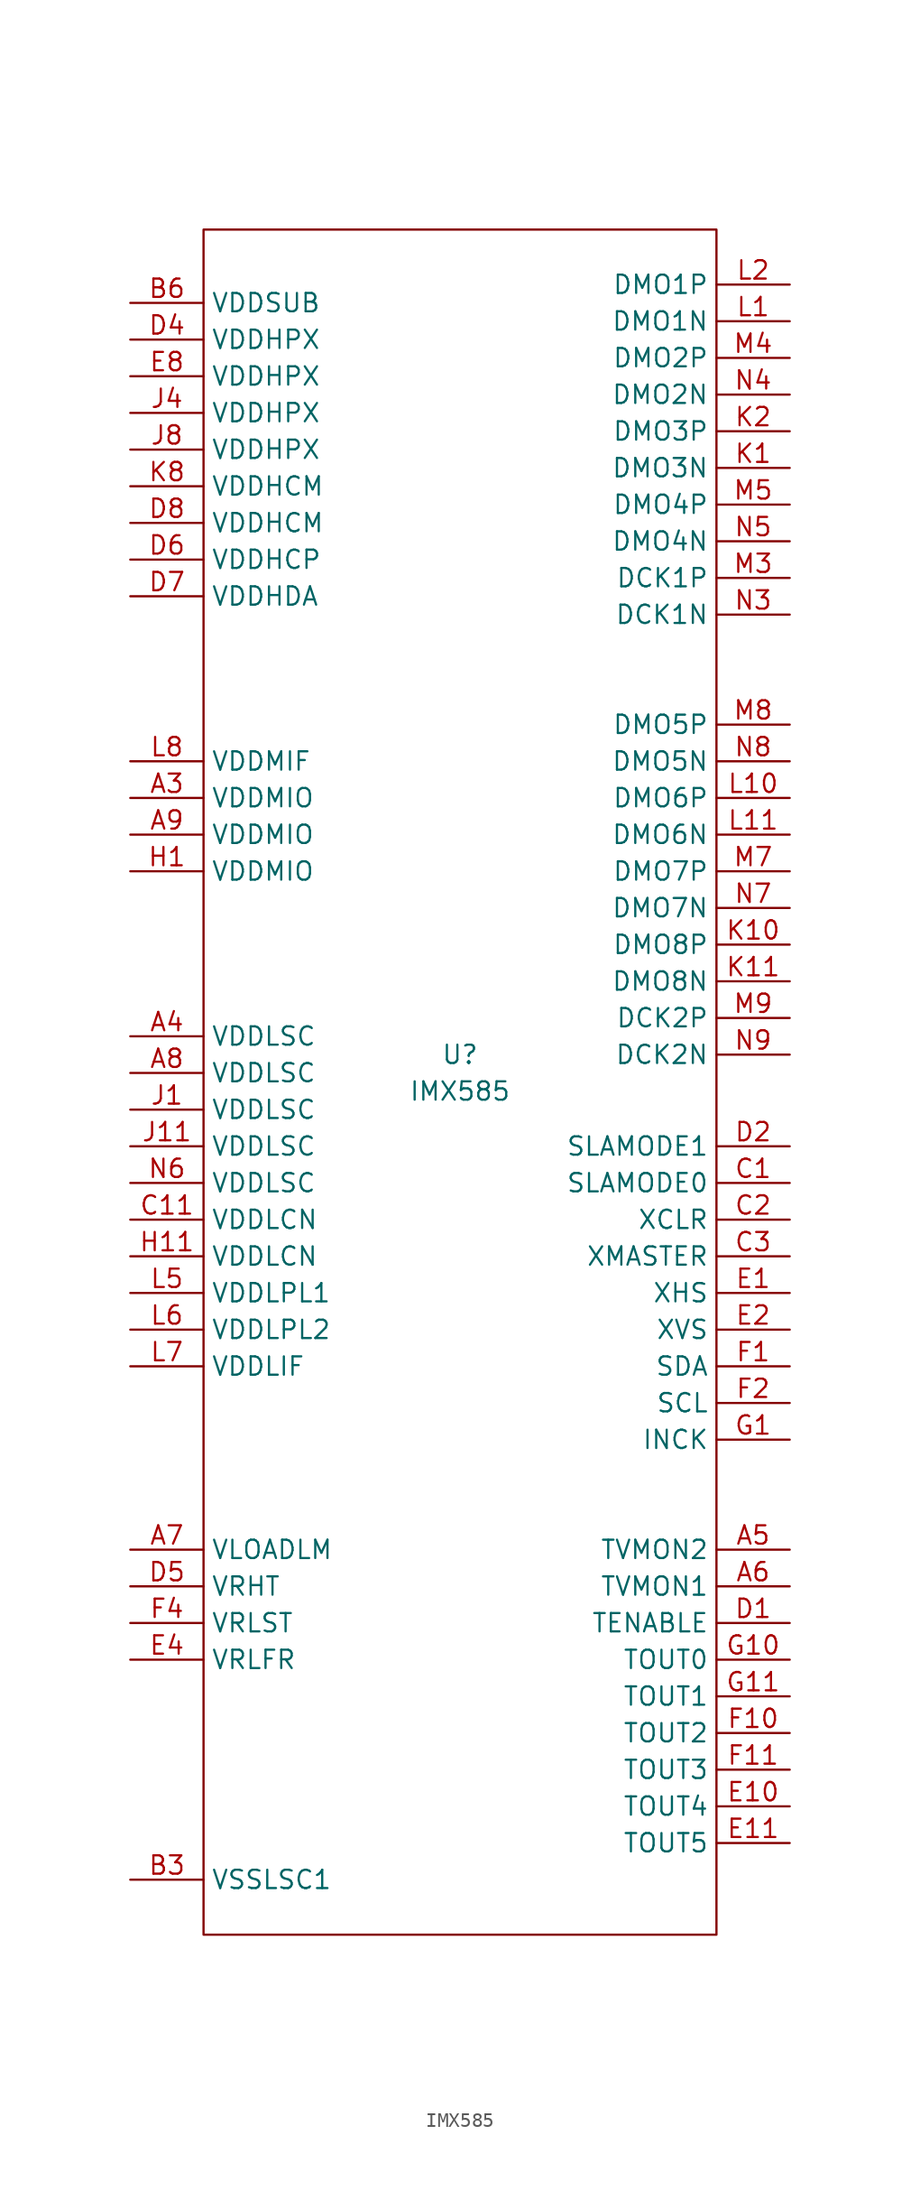
<source format=kicad_sym>
(kicad_symbol_lib
  (version 20211014)
  (generator kicad_symbol_editor)
  (symbol "IMX585"
    (property "Reference" "U"
      (at 0 0 0)
      (effects (font (size 1.27 1.27))))
    (property "Value" "IMX585"
      (at 0 -2.54 0)
      (effects (font (size 1.27 1.27))))
    (symbol "IMX585_0_1"
      (rectangle (start -17.78 57.15) (end 17.78 -60.96) (stroke (width 0.152) (type default) (color 0 0 0 0)) (fill (type none))))
    (symbol "IMX585_1_1"
      (pin input line (at -22.86 17.78 0) (length 5.08) (name "VDDMIO" (effects (font (size 1.27 1.27)))) (number "A3" (effects (font (size 1.27 1.27)))))
      (pin input line (at -22.86 1.27 0) (length 5.08) (name "VDDLSC" (effects (font (size 1.27 1.27)))) (number "A4" (effects (font (size 1.27 1.27)))))
      (pin input line (at 22.86 -34.29 180) (length 5.08) (name "TVMON2" (effects (font (size 1.27 1.27)))) (number "A5" (effects (font (size 1.27 1.27)))))
      (pin input line (at 22.86 -36.83 180) (length 5.08) (name "TVMON1" (effects (font (size 1.27 1.27)))) (number "A6" (effects (font (size 1.27 1.27)))))
      (pin input line (at -22.86 -34.29 0) (length 5.08) (name "VLOADLM" (effects (font (size 1.27 1.27)))) (number "A7" (effects (font (size 1.27 1.27)))))
      (pin input line (at -22.86 -1.27 0) (length 5.08) (name "VDDLSC" (effects (font (size 1.27 1.27)))) (number "A8" (effects (font (size 1.27 1.27)))))
      (pin input line (at -22.86 15.24 0) (length 5.08) (name "VDDMIO" (effects (font (size 1.27 1.27)))) (number "A9" (effects (font (size 1.27 1.27)))))
      (pin input line (at -22.86 -57.15 0) (length 5.08) (name "VSSLSC1" (effects (font (size 1.27 1.27)))) (number "B3" (effects (font (size 1.27 1.27)))))
      (pin input line (at -22.86 -57.15 0) (length 5.08) hide (name "VSSLSC2" (effects (font (size 1.27 1.27)))) (number "B4" (effects (font (size 1.27 1.27)))))
      (pin input line (at -22.86 52.07 0) (length 5.08) (name "VDDSUB" (effects (font (size 1.27 1.27)))) (number "B6" (effects (font (size 1.27 1.27)))))
      (pin input line (at -22.86 -57.15 0) (length 5.08) hide (name "VSSLSC3" (effects (font (size 1.27 1.27)))) (number "B8" (effects (font (size 1.27 1.27)))))
      (pin input line (at 22.86 -8.89 180) (length 5.08) (name "SLAMODE0" (effects (font (size 1.27 1.27)))) (number "C1" (effects (font (size 1.27 1.27)))))
      (pin input line (at -22.86 -57.15 0) (length 5.08) hide (name "VSSLCN8" (effects (font (size 1.27 1.27)))) (number "C10" (effects (font (size 1.27 1.27)))))
      (pin input line (at -22.86 -11.43 0) (length 5.08) (name "VDDLCN" (effects (font (size 1.27 1.27)))) (number "C11" (effects (font (size 1.27 1.27)))))
      (pin input line (at 22.86 -11.43 180) (length 5.08) (name "XCLR" (effects (font (size 1.27 1.27)))) (number "C2" (effects (font (size 1.27 1.27)))))
      (pin input line (at 22.86 -13.97 180) (length 5.08) (name "XMASTER" (effects (font (size 1.27 1.27)))) (number "C3" (effects (font (size 1.27 1.27)))))
      (pin input line (at -22.86 -57.15 0) (length 5.08) hide (name "VSSHPX4" (effects (font (size 1.27 1.27)))) (number "C5" (effects (font (size 1.27 1.27)))))
      (pin input line (at -22.86 -57.15 0) (length 5.08) hide (name "VSSHCP5" (effects (font (size 1.27 1.27)))) (number "C6" (effects (font (size 1.27 1.27)))))
      (pin input line (at -22.86 -57.15 0) (length 5.08) hide (name "VSSHDA6" (effects (font (size 1.27 1.27)))) (number "C7" (effects (font (size 1.27 1.27)))))
      (pin input line (at -22.86 -57.15 0) (length 5.08) hide (name "VSSHPX7" (effects (font (size 1.27 1.27)))) (number "C8" (effects (font (size 1.27 1.27)))))
      (pin input line (at 22.86 -39.37 180) (length 5.08) (name "TENABLE" (effects (font (size 1.27 1.27)))) (number "D1" (effects (font (size 1.27 1.27)))))
      (pin input line (at 22.86 -6.35 180) (length 5.08) (name "SLAMODE1" (effects (font (size 1.27 1.27)))) (number "D2" (effects (font (size 1.27 1.27)))))
      (pin input line (at -22.86 -57.15 0) (length 5.08) hide (name "VSSHPX9" (effects (font (size 1.27 1.27)))) (number "D3" (effects (font (size 1.27 1.27)))))
      (pin input line (at -22.86 49.53 0) (length 5.08) (name "VDDHPX" (effects (font (size 1.27 1.27)))) (number "D4" (effects (font (size 1.27 1.27)))))
      (pin input line (at -22.86 -36.83 0) (length 5.08) (name "VRHT" (effects (font (size 1.27 1.27)))) (number "D5" (effects (font (size 1.27 1.27)))))
      (pin input line (at -22.86 34.29 0) (length 5.08) (name "VDDHCP" (effects (font (size 1.27 1.27)))) (number "D6" (effects (font (size 1.27 1.27)))))
      (pin input line (at -22.86 31.75 0) (length 5.08) (name "VDDHDA" (effects (font (size 1.27 1.27)))) (number "D7" (effects (font (size 1.27 1.27)))))
      (pin input line (at -22.86 36.83 0) (length 5.08) (name "VDDHCM" (effects (font (size 1.27 1.27)))) (number "D8" (effects (font (size 1.27 1.27)))))
      (pin input line (at 22.86 -16.51 180) (length 5.08) (name "XHS" (effects (font (size 1.27 1.27)))) (number "E1" (effects (font (size 1.27 1.27)))))
      (pin input line (at 22.86 -52.07 180) (length 5.08) (name "TOUT4" (effects (font (size 1.27 1.27)))) (number "E10" (effects (font (size 1.27 1.27)))))
      (pin input line (at 22.86 -54.61 180) (length 5.08) (name "TOUT5" (effects (font (size 1.27 1.27)))) (number "E11" (effects (font (size 1.27 1.27)))))
      (pin input line (at 22.86 -19.05 180) (length 5.08) (name "XVS" (effects (font (size 1.27 1.27)))) (number "E2" (effects (font (size 1.27 1.27)))))
      (pin input line (at -22.86 -57.15 0) (length 5.08) hide (name "VSSHPX10" (effects (font (size 1.27 1.27)))) (number "E3" (effects (font (size 1.27 1.27)))))
      (pin input line (at -22.86 -41.91 0) (length 5.08) (name "VRLFR" (effects (font (size 1.27 1.27)))) (number "E4" (effects (font (size 1.27 1.27)))))
      (pin input line (at -22.86 46.99 0) (length 5.08) (name "VDDHPX" (effects (font (size 1.27 1.27)))) (number "E8" (effects (font (size 1.27 1.27)))))
      (pin input line (at 22.86 -21.59 180) (length 5.08) (name "SDA" (effects (font (size 1.27 1.27)))) (number "F1" (effects (font (size 1.27 1.27)))))
      (pin input line (at 22.86 -46.99 180) (length 5.08) (name "TOUT2" (effects (font (size 1.27 1.27)))) (number "F10" (effects (font (size 1.27 1.27)))))
      (pin input line (at 22.86 -49.53 180) (length 5.08) (name "TOUT3" (effects (font (size 1.27 1.27)))) (number "F11" (effects (font (size 1.27 1.27)))))
      (pin input line (at 22.86 -24.13 180) (length 5.08) (name "SCL" (effects (font (size 1.27 1.27)))) (number "F2" (effects (font (size 1.27 1.27)))))
      (pin input line (at -22.86 -57.15 0) (length 5.08) hide (name "VSSHPX11" (effects (font (size 1.27 1.27)))) (number "F3" (effects (font (size 1.27 1.27)))))
      (pin input line (at -22.86 -39.37 0) (length 5.08) (name "VRLST" (effects (font (size 1.27 1.27)))) (number "F4" (effects (font (size 1.27 1.27)))))
      (pin input line (at -22.86 -57.15 0) (length 5.08) hide (name "VSSHPX12" (effects (font (size 1.27 1.27)))) (number "F8" (effects (font (size 1.27 1.27)))))
      (pin input line (at 22.86 -26.67 180) (length 5.08) (name "INCK" (effects (font (size 1.27 1.27)))) (number "G1" (effects (font (size 1.27 1.27)))))
      (pin input line (at 22.86 -41.91 180) (length 5.08) (name "TOUT0" (effects (font (size 1.27 1.27)))) (number "G10" (effects (font (size 1.27 1.27)))))
      (pin input line (at 22.86 -44.45 180) (length 5.08) (name "TOUT1" (effects (font (size 1.27 1.27)))) (number "G11" (effects (font (size 1.27 1.27)))))
      (pin input line (at -22.86 -57.15 0) (length 5.08) hide (name "VSSLPL213" (effects (font (size 1.27 1.27)))) (number "G2" (effects (font (size 1.27 1.27)))))
      (pin input line (at -22.86 12.7 0) (length 5.08) (name "VDDMIO" (effects (font (size 1.27 1.27)))) (number "H1" (effects (font (size 1.27 1.27)))))
      (pin input line (at -22.86 -57.15 0) (length 5.08) hide (name "VSSLCN17" (effects (font (size 1.27 1.27)))) (number "H10" (effects (font (size 1.27 1.27)))))
      (pin input line (at -22.86 -13.97 0) (length 5.08) (name "VDDLCN" (effects (font (size 1.27 1.27)))) (number "H11" (effects (font (size 1.27 1.27)))))
      (pin input line (at -22.86 -57.15 0) (length 5.08) hide (name "VSSLSC14" (effects (font (size 1.27 1.27)))) (number "H2" (effects (font (size 1.27 1.27)))))
      (pin input line (at -22.86 -57.15 0) (length 5.08) hide (name "VSSHPX15" (effects (font (size 1.27 1.27)))) (number "H4" (effects (font (size 1.27 1.27)))))
      (pin input line (at -22.86 -57.15 0) (length 5.08) hide (name "VSSHPX16" (effects (font (size 1.27 1.27)))) (number "H8" (effects (font (size 1.27 1.27)))))
      (pin input line (at -22.86 -3.81 0) (length 5.08) (name "VDDLSC" (effects (font (size 1.27 1.27)))) (number "J1" (effects (font (size 1.27 1.27)))))
      (pin input line (at -22.86 -57.15 0) (length 5.08) hide (name "VSSLSC19" (effects (font (size 1.27 1.27)))) (number "J10" (effects (font (size 1.27 1.27)))))
      (pin input line (at -22.86 -6.35 0) (length 5.08) (name "VDDLSC" (effects (font (size 1.27 1.27)))) (number "J11" (effects (font (size 1.27 1.27)))))
      (pin input line (at -22.86 -57.15 0) (length 5.08) hide (name "VSSLSC18" (effects (font (size 1.27 1.27)))) (number "J2" (effects (font (size 1.27 1.27)))))
      (pin input line (at -22.86 44.45 0) (length 5.08) (name "VDDHPX" (effects (font (size 1.27 1.27)))) (number "J4" (effects (font (size 1.27 1.27)))))
      (pin input line (at -22.86 41.91 0) (length 5.08) (name "VDDHPX" (effects (font (size 1.27 1.27)))) (number "J8" (effects (font (size 1.27 1.27)))))
      (pin input line (at 22.86 40.64 180) (length 5.08) (name "DMO3N" (effects (font (size 1.27 1.27)))) (number "K1" (effects (font (size 1.27 1.27)))))
      (pin input line (at 22.86 7.62 180) (length 5.08) (name "DMO8P" (effects (font (size 1.27 1.27)))) (number "K10" (effects (font (size 1.27 1.27)))))
      (pin input line (at 22.86 5.08 180) (length 5.08) (name "DMO8N" (effects (font (size 1.27 1.27)))) (number "K11" (effects (font (size 1.27 1.27)))))
      (pin input line (at 22.86 43.18 180) (length 5.08) (name "DMO3P" (effects (font (size 1.27 1.27)))) (number "K2" (effects (font (size 1.27 1.27)))))
      (pin input line (at -22.86 -57.15 0) (length 5.08) hide (name "VSSLSC20" (effects (font (size 1.27 1.27)))) (number "K3" (effects (font (size 1.27 1.27)))))
      (pin input line (at -22.86 -57.15 0) (length 5.08) hide (name "VSSLPL121" (effects (font (size 1.27 1.27)))) (number "K5" (effects (font (size 1.27 1.27)))))
      (pin input line (at -22.86 -57.15 0) (length 5.08) hide (name "VSSLPL222" (effects (font (size 1.27 1.27)))) (number "K6" (effects (font (size 1.27 1.27)))))
      (pin input line (at -22.86 -57.15 0) (length 5.08) hide (name "VSSHPX23" (effects (font (size 1.27 1.27)))) (number "K7" (effects (font (size 1.27 1.27)))))
      (pin input line (at -22.86 39.37 0) (length 5.08) (name "VDDHCM" (effects (font (size 1.27 1.27)))) (number "K8" (effects (font (size 1.27 1.27)))))
      (pin input line (at -22.86 -57.15 0) (length 5.08) hide (name "VSSLSC24" (effects (font (size 1.27 1.27)))) (number "K9" (effects (font (size 1.27 1.27)))))
      (pin input line (at 22.86 50.8 180) (length 5.08) (name "DMO1N" (effects (font (size 1.27 1.27)))) (number "L1" (effects (font (size 1.27 1.27)))))
      (pin input line (at 22.86 17.78 180) (length 5.08) (name "DMO6P" (effects (font (size 1.27 1.27)))) (number "L10" (effects (font (size 1.27 1.27)))))
      (pin input line (at 22.86 15.24 180) (length 5.08) (name "DMO6N" (effects (font (size 1.27 1.27)))) (number "L11" (effects (font (size 1.27 1.27)))))
      (pin input line (at 22.86 53.34 180) (length 5.08) (name "DMO1P" (effects (font (size 1.27 1.27)))) (number "L2" (effects (font (size 1.27 1.27)))))
      (pin input line (at -22.86 -57.15 0) (length 5.08) hide (name "VSSLSC25" (effects (font (size 1.27 1.27)))) (number "L3" (effects (font (size 1.27 1.27)))))
      (pin input line (at -22.86 -16.51 0) (length 5.08) (name "VDDLPL1" (effects (font (size 1.27 1.27)))) (number "L5" (effects (font (size 1.27 1.27)))))
      (pin input line (at -22.86 -19.05 0) (length 5.08) (name "VDDLPL2" (effects (font (size 1.27 1.27)))) (number "L6" (effects (font (size 1.27 1.27)))))
      (pin input line (at -22.86 -21.59 0) (length 5.08) (name "VDDLIF" (effects (font (size 1.27 1.27)))) (number "L7" (effects (font (size 1.27 1.27)))))
      (pin input line (at -22.86 20.32 0) (length 5.08) (name "VDDMIF" (effects (font (size 1.27 1.27)))) (number "L8" (effects (font (size 1.27 1.27)))))
      (pin input line (at -22.86 -57.15 0) (length 5.08) hide (name "VSSLSC26" (effects (font (size 1.27 1.27)))) (number "L9" (effects (font (size 1.27 1.27)))))
      (pin input line (at 22.86 33.02 180) (length 5.08) (name "DCK1P" (effects (font (size 1.27 1.27)))) (number "M3" (effects (font (size 1.27 1.27)))))
      (pin input line (at 22.86 48.26 180) (length 5.08) (name "DMO2P" (effects (font (size 1.27 1.27)))) (number "M4" (effects (font (size 1.27 1.27)))))
      (pin input line (at 22.86 38.1 180) (length 5.08) (name "DMO4P" (effects (font (size 1.27 1.27)))) (number "M5" (effects (font (size 1.27 1.27)))))
      (pin input line (at -22.86 -57.15 0) (length 5.08) hide (name "VSSLSC27" (effects (font (size 1.27 1.27)))) (number "M6" (effects (font (size 1.27 1.27)))))
      (pin input line (at 22.86 12.7 180) (length 5.08) (name "DMO7P" (effects (font (size 1.27 1.27)))) (number "M7" (effects (font (size 1.27 1.27)))))
      (pin input line (at 22.86 22.86 180) (length 5.08) (name "DMO5P" (effects (font (size 1.27 1.27)))) (number "M8" (effects (font (size 1.27 1.27)))))
      (pin input line (at 22.86 2.54 180) (length 5.08) (name "DCK2P" (effects (font (size 1.27 1.27)))) (number "M9" (effects (font (size 1.27 1.27)))))
      (pin input line (at 22.86 30.48 180) (length 5.08) (name "DCK1N" (effects (font (size 1.27 1.27)))) (number "N3" (effects (font (size 1.27 1.27)))))
      (pin input line (at 22.86 45.72 180) (length 5.08) (name "DMO2N" (effects (font (size 1.27 1.27)))) (number "N4" (effects (font (size 1.27 1.27)))))
      (pin input line (at 22.86 35.56 180) (length 5.08) (name "DMO4N" (effects (font (size 1.27 1.27)))) (number "N5" (effects (font (size 1.27 1.27)))))
      (pin input line (at -22.86 -8.89 0) (length 5.08) (name "VDDLSC" (effects (font (size 1.27 1.27)))) (number "N6" (effects (font (size 1.27 1.27)))))
      (pin input line (at 22.86 10.16 180) (length 5.08) (name "DMO7N" (effects (font (size 1.27 1.27)))) (number "N7" (effects (font (size 1.27 1.27)))))
      (pin input line (at 22.86 20.32 180) (length 5.08) (name "DMO5N" (effects (font (size 1.27 1.27)))) (number "N8" (effects (font (size 1.27 1.27)))))
      (pin input line (at 22.86 0 180) (length 5.08) (name "DCK2N" (effects (font (size 1.27 1.27)))) (number "N9" (effects (font (size 1.27 1.27))))))))
</source>
